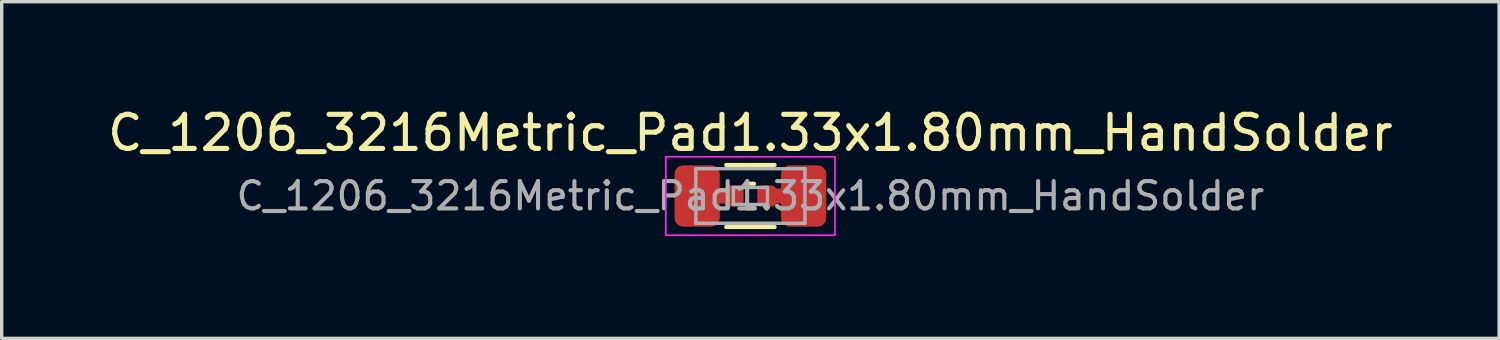
<source format=kicad_pcb>
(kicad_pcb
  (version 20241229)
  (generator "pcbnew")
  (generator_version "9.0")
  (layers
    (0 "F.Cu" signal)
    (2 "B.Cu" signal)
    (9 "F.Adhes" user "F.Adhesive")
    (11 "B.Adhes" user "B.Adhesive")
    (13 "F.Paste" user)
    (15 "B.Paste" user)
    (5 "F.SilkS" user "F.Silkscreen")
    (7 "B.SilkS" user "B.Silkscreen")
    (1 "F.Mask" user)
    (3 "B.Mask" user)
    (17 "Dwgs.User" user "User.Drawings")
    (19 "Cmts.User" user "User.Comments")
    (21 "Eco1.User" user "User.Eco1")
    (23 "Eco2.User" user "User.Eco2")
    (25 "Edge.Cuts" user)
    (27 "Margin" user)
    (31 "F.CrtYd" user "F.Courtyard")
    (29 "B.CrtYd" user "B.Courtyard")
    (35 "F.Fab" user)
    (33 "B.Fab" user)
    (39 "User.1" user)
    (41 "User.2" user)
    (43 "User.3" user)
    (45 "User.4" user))
  (footprint "C_1206_3216Metric_Pad1.33x1.80mm_HandSolder"
    (layer "F.Cu")
    (at 18.958 2.698)
    (property "Reference" "C_1206_3216Metric_Pad1.33x1.80mm_HandSolder" (at 0 -1.85 0) (layer "F.SilkS") (effects (font (size 1 1) (thickness 0.15))))
    (attr smd)
    (fp_line (start -0.711 -0.91) (end 0.711 -0.91) (stroke (width 0.12) (type solid)) (layer "F.SilkS"))
    (fp_line (start -0.711 0.91) (end 0.711 0.91) (stroke (width 0.12) (type solid)) (layer "F.SilkS"))
    (fp_line (start -0.108 -0.36) (end 0.108 -0.36) (stroke (width 0.12) (type solid)) (layer "F.SilkS"))
    (fp_line (start -0.108 0.36) (end 0.108 0.36) (stroke (width 0.12) (type solid)) (layer "F.SilkS"))
    (fp_line (start -2.48 -1.15) (end 2.48 -1.15) (stroke (width 0.05) (type solid)) (layer "F.CrtYd"))
    (fp_line (start -2.48 1.15) (end -2.48 -1.15) (stroke (width 0.05) (type solid)) (layer "F.CrtYd"))
    (fp_line (start 2.48 -1.15) (end 2.48 1.15) (stroke (width 0.05) (type solid)) (layer "F.CrtYd"))
    (fp_line (start 2.48 1.15) (end -2.48 1.15) (stroke (width 0.05) (type solid)) (layer "F.CrtYd"))
    (fp_line (start -1.6 -0.8) (end 1.6 -0.8) (stroke (width 0.1) (type solid)) (layer "F.Fab"))
    (fp_line (start -1.6 0.8) (end -1.6 -0.8) (stroke (width 0.1) (type solid)) (layer "F.Fab"))
    (fp_line (start -0.5 -0.25) (end 0.5 -0.25) (stroke (width 0.1) (type solid)) (layer "F.Fab"))
    (fp_line (start -0.5 0.25) (end -0.5 -0.25) (stroke (width 0.1) (type solid)) (layer "F.Fab"))
    (fp_line (start 0.5 -0.25) (end 0.5 0.25) (stroke (width 0.1) (type solid)) (layer "F.Fab"))
    (fp_line (start 0.5 0.25) (end -0.5 0.25) (stroke (width 0.1) (type solid)) (layer "F.Fab"))
    (fp_line (start 1.6 -0.8) (end 1.6 0.8) (stroke (width 0.1) (type solid)) (layer "F.Fab"))
    (fp_line (start 1.6 0.8) (end -1.6 0.8) (stroke (width 0.1) (type solid)) (layer "F.Fab"))
    (fp_text user "${REFERENCE}" (at 0 0 0) (layer "F.Fab") (effects (font (size 0.8 0.8) (thickness 0.12))))
    (pad "1" smd roundrect (at -1.562 0) (size 1.325 1.8) (layers "F.Cu" "F.Mask" "F.Paste") (roundrect_rratio 0.189))
    (pad "1" smd rect (at -0.76 0) (size 0.68 0.435) (layers "F.Cu"))
    (pad "1" smd roundrect (at -0.48 0) (size 0.56 0.62) (layers "F.Cu" "F.Mask" "F.Paste") (roundrect_rratio 0.25))
    (pad "2" smd roundrect (at 0.48 0) (size 0.56 0.62) (layers "F.Cu" "F.Mask" "F.Paste") (roundrect_rratio 0.25))
    (pad "2" smd rect (at 0.9 0) (size 0.68 0.435) (layers "F.Cu"))
    (pad "2" smd roundrect (at 1.562 0) (size 1.325 1.8) (layers "F.Cu" "F.Mask" "F.Paste") (roundrect_rratio 0.189)))
  (gr_rect
    (start -3 -3)
    (end 40.917 6.873)
    (stroke (width 0.1) (type default))
    (fill no)
    (layer "Edge.Cuts")))
</source>
